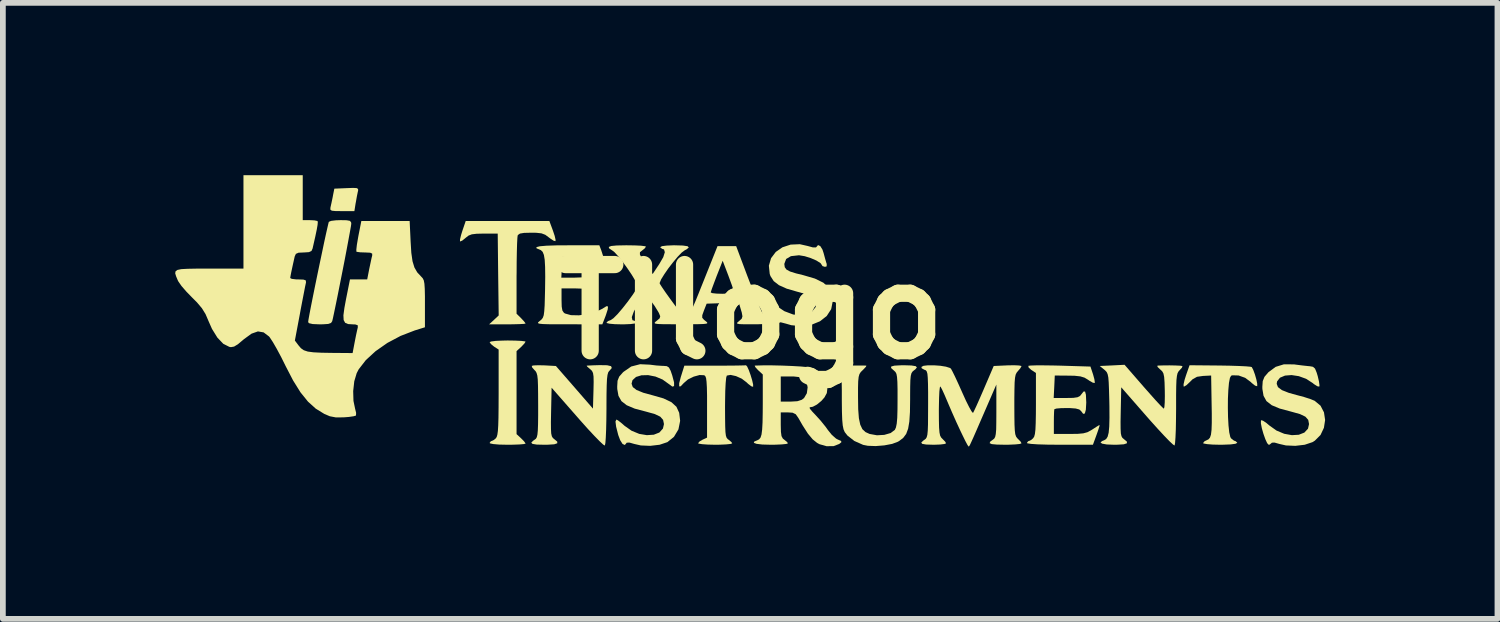
<source format=kicad_pcb>
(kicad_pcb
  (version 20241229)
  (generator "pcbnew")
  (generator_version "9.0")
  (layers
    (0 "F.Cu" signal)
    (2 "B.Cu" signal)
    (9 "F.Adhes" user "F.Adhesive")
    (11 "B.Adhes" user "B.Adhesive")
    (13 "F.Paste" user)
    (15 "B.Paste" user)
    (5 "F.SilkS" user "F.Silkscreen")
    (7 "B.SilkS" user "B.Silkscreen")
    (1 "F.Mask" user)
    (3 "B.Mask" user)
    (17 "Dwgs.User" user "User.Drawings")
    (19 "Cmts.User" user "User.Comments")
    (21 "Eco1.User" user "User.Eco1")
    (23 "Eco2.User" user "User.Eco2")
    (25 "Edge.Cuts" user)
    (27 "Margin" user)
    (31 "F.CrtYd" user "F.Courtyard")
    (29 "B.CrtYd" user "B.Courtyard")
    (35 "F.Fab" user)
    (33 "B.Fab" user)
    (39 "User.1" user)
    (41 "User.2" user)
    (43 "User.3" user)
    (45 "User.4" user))
  (footprint "TIlogo"
    (layer "F.Cu")
    (at 10.009 2.377)
    (property "Reference" "TIlogo" (at 0 0 0) (layer "F.SilkS") (effects (font (size 1.5 1.5) (thickness 0.3))))
    (attr board_only exclude_from_pos_files exclude_from_bom)
    (fp_poly (pts (xy -6.851 -2.153) (xy -6.826 -2.138) (xy -6.825 -2.108) (xy -6.83 -2.09) (xy -6.846 -2.012) (xy -6.864 -1.91) (xy -6.869 -1.885) (xy -6.89 -1.752) (xy -7.105 -1.752) (xy -7.218 -1.753) (xy -7.281 -1.759) (xy -7.307 -1.775) (xy -7.308 -1.806) (xy -7.305 -1.822) (xy -7.288 -1.899) (xy -7.267 -1.999) (xy -7.264 -2.018) (xy -7.239 -2.143) (xy -7.025 -2.152) (xy -6.913 -2.156)) (stroke (width 0) (type solid)) (fill yes) (layer "F.SilkS"))
    (fp_poly (pts (xy -7.026 -1.593) (xy -6.97 -1.583) (xy -6.948 -1.56) (xy -6.944 -1.533) (xy -6.95 -1.489) (xy -6.967 -1.394) (xy -6.992 -1.258) (xy -7.023 -1.091) (xy -7.059 -0.902) (xy -7.098 -0.703) (xy -7.138 -0.502) (xy -7.176 -0.31) (xy -7.211 -0.138) (xy -7.241 0.006) (xy -7.263 0.11) (xy -7.276 0.164) (xy -7.297 0.195) (xy -7.345 0.212) (xy -7.434 0.218) (xy -7.494 0.219) (xy -7.616 0.214) (xy -7.68 0.199) (xy -7.695 0.18) (xy -7.689 0.136) (xy -7.672 0.042) (xy -7.646 -0.093) (xy -7.613 -0.259) (xy -7.575 -0.447) (xy -7.534 -0.646) (xy -7.492 -0.848) (xy -7.451 -1.042) (xy -7.414 -1.219) (xy -7.381 -1.37) (xy -7.355 -1.484) (xy -7.339 -1.552) (xy -7.334 -1.566) (xy -7.295 -1.582) (xy -7.214 -1.592) (xy -7.13 -1.595)) (stroke (width 0) (type solid)) (fill yes) (layer "F.SilkS"))
    (fp_poly (pts (xy -4.092 0.502) (xy -3.987 0.507) (xy -3.924 0.515) (xy -3.91 0.52) (xy -3.931 0.553) (xy -3.981 0.606) (xy -3.988 0.613) (xy -4.067 0.685) (xy -4.067 1.408) (xy -4.067 2.13) (xy -3.988 2.203) (xy -3.935 2.257) (xy -3.91 2.293) (xy -3.91 2.295) (xy -3.939 2.303) (xy -4.018 2.31) (xy -4.132 2.314) (xy -4.223 2.315) (xy -4.368 2.312) (xy -4.473 2.303) (xy -4.529 2.291) (xy -4.536 2.283) (xy -4.514 2.253) (xy -4.507 2.252) (xy -4.463 2.232) (xy -4.428 2.203) (xy -4.413 2.18) (xy -4.401 2.139) (xy -4.392 2.075) (xy -4.386 1.979) (xy -4.382 1.844) (xy -4.38 1.662) (xy -4.379 1.425) (xy -4.379 1.406) (xy -4.379 0.658) (xy -4.458 0.607) (xy -4.513 0.562) (xy -4.536 0.528) (xy -4.507 0.517) (xy -4.428 0.507) (xy -4.314 0.502) (xy -4.223 0.5)) (stroke (width 0) (type solid)) (fill yes) (layer "F.SilkS"))
    (fp_poly (pts (xy -3.434 -1.413) (xy -3.403 -1.32) (xy -3.388 -1.252) (xy -3.39 -1.229) (xy -3.422 -1.237) (xy -3.481 -1.276) (xy -3.505 -1.294) (xy -3.567 -1.34) (xy -3.633 -1.365) (xy -3.724 -1.375) (xy -3.815 -1.376) (xy -3.936 -1.373) (xy -4.008 -1.361) (xy -4.042 -1.337) (xy -4.048 -1.327) (xy -4.053 -1.282) (xy -4.058 -1.184) (xy -4.062 -1.044) (xy -4.065 -0.872) (xy -4.066 -0.678) (xy -4.067 -0.622) (xy -4.067 0.034) (xy -3.988 0.112) (xy -3.936 0.168) (xy -3.911 0.202) (xy -3.91 0.205) (xy -3.939 0.211) (xy -4.018 0.215) (xy -4.132 0.218) (xy -4.227 0.219) (xy -4.545 0.219) (xy -4.461 0.142) (xy -4.378 0.064) (xy -4.387 -0.648) (xy -4.395 -1.361) (xy -4.635 -1.361) (xy -4.762 -1.358) (xy -4.846 -1.348) (xy -4.903 -1.326) (xy -4.952 -1.288) (xy -4.955 -1.285) (xy -5.012 -1.239) (xy -5.049 -1.224) (xy -5.052 -1.225) (xy -5.051 -1.261) (xy -5.033 -1.336) (xy -5.01 -1.41) (xy -4.952 -1.58) (xy -4.224 -1.58) (xy -3.496 -1.58)) (stroke (width 0) (type solid)) (fill yes) (layer "F.SilkS"))
    (fp_poly (pts (xy 8.18 0.936) (xy 8.356 0.939) (xy 8.51 0.944) (xy 8.631 0.95) (xy 8.708 0.957) (xy 8.731 0.963) (xy 8.757 1.012) (xy 8.786 1.091) (xy 8.811 1.178) (xy 8.826 1.253) (xy 8.826 1.294) (xy 8.824 1.296) (xy 8.789 1.286) (xy 8.732 1.241) (xy 8.713 1.222) (xy 8.616 1.15) (xy 8.502 1.109) (xy 8.396 1.106) (xy 8.372 1.113) (xy 8.351 1.151) (xy 8.334 1.239) (xy 8.323 1.364) (xy 8.316 1.513) (xy 8.315 1.674) (xy 8.318 1.833) (xy 8.326 1.979) (xy 8.339 2.099) (xy 8.357 2.179) (xy 8.37 2.203) (xy 8.421 2.243) (xy 8.448 2.252) (xy 8.476 2.276) (xy 8.477 2.283) (xy 8.447 2.298) (xy 8.365 2.309) (xy 8.239 2.314) (xy 8.18 2.315) (xy 8.052 2.312) (xy 7.952 2.304) (xy 7.893 2.293) (xy 7.883 2.286) (xy 7.909 2.254) (xy 7.945 2.237) (xy 7.979 2.22) (xy 8.004 2.19) (xy 8.021 2.139) (xy 8.031 2.056) (xy 8.035 1.935) (xy 8.035 1.767) (xy 8.032 1.595) (xy 8.024 1.11) (xy 7.883 1.117) (xy 7.778 1.132) (xy 7.701 1.175) (xy 7.654 1.222) (xy 7.596 1.277) (xy 7.554 1.302) (xy 7.545 1.3) (xy 7.544 1.262) (xy 7.562 1.184) (xy 7.587 1.105) (xy 7.648 0.931)) (stroke (width 0) (type solid)) (fill yes) (layer "F.SilkS"))
    (fp_poly (pts (xy -0.053 0.953) (xy -0.024 1.016) (xy 0.007 1.102) (xy 0.034 1.192) (xy 0.051 1.266) (xy 0.051 1.305) (xy 0.05 1.306) (xy 0.019 1.297) (xy -0.037 1.254) (xy -0.063 1.229) (xy -0.147 1.165) (xy -0.247 1.12) (xy -0.342 1.099) (xy -0.407 1.111) (xy -0.418 1.148) (xy -0.427 1.24) (xy -0.434 1.378) (xy -0.437 1.555) (xy -0.438 1.659) (xy -0.437 1.854) (xy -0.435 1.995) (xy -0.431 2.093) (xy -0.423 2.156) (xy -0.41 2.194) (xy -0.391 2.217) (xy -0.375 2.228) (xy -0.327 2.268) (xy -0.313 2.291) (xy -0.342 2.301) (xy -0.42 2.309) (xy -0.533 2.314) (xy -0.61 2.315) (xy -0.738 2.312) (xy -0.838 2.305) (xy -0.897 2.295) (xy -0.907 2.289) (xy -0.882 2.258) (xy -0.829 2.227) (xy -0.751 2.191) (xy -0.751 1.658) (xy -0.751 1.46) (xy -0.754 1.316) (xy -0.76 1.217) (xy -0.768 1.155) (xy -0.782 1.12) (xy -0.8 1.105) (xy -0.8 1.105) (xy -0.88 1.101) (xy -0.983 1.129) (xy -1.083 1.178) (xy -1.156 1.241) (xy -1.21 1.298) (xy -1.236 1.299) (xy -1.236 1.244) (xy -1.208 1.135) (xy -1.201 1.113) (xy -1.146 0.938) (xy -0.62 0.938) (xy -0.444 0.938) (xy -0.291 0.937) (xy -0.171 0.935) (xy -0.095 0.933) (xy -0.073 0.931)) (stroke (width 0) (type solid)) (fill yes) (layer "F.SilkS"))
    (fp_poly (pts (xy -1.745 0.921) (xy -1.633 0.935) (xy -1.527 0.942) (xy -1.51 0.942) (xy -1.451 0.947) (xy -1.414 0.971) (xy -1.384 1.029) (xy -1.356 1.112) (xy -1.325 1.23) (xy -1.325 1.294) (xy -1.355 1.303) (xy -1.416 1.258) (xy -1.416 1.258) (xy -1.525 1.18) (xy -1.649 1.128) (xy -1.776 1.103) (xy -1.893 1.106) (xy -1.988 1.135) (xy -2.049 1.191) (xy -2.065 1.252) (xy -2.044 1.311) (xy -1.978 1.362) (xy -1.86 1.41) (xy -1.702 1.453) (xy -1.51 1.508) (xy -1.373 1.573) (xy -1.284 1.654) (xy -1.236 1.759) (xy -1.22 1.893) (xy -1.22 1.902) (xy -1.249 2.047) (xy -1.327 2.177) (xy -1.441 2.269) (xy -1.443 2.27) (xy -1.577 2.315) (xy -1.741 2.334) (xy -1.904 2.327) (xy -2.018 2.301) (xy -2.102 2.277) (xy -2.149 2.279) (xy -2.153 2.284) (xy -2.182 2.319) (xy -2.222 2.301) (xy -2.263 2.236) (xy -2.297 2.146) (xy -2.334 2) (xy -2.345 1.91) (xy -2.329 1.877) (xy -2.326 1.877) (xy -2.294 1.896) (xy -2.232 1.945) (xy -2.187 1.985) (xy -2.065 2.071) (xy -1.931 2.126) (xy -1.799 2.148) (xy -1.678 2.14) (xy -1.581 2.102) (xy -1.519 2.033) (xy -1.501 1.955) (xy -1.516 1.882) (xy -1.566 1.826) (xy -1.66 1.781) (xy -1.807 1.74) (xy -1.818 1.737) (xy -2.011 1.686) (xy -2.15 1.627) (xy -2.241 1.556) (xy -2.293 1.464) (xy -2.314 1.346) (xy -2.315 1.303) (xy -2.309 1.201) (xy -2.281 1.13) (xy -2.22 1.06) (xy -2.204 1.045) (xy -2.071 0.953) (xy -1.916 0.913)) (stroke (width 0) (type solid)) (fill yes) (layer "F.SilkS"))
    (fp_poly (pts (xy -2.593 -1.071) (xy -2.561 -0.972) (xy -2.542 -0.896) (xy -2.525 -0.806) (xy -2.65 -0.889) (xy -2.721 -0.932) (xy -2.787 -0.956) (xy -2.868 -0.965) (xy -2.986 -0.965) (xy -3.022 -0.963) (xy -3.269 -0.954) (xy -3.278 -0.774) (xy -3.288 -0.594) (xy -3.055 -0.594) (xy -2.917 -0.599) (xy -2.83 -0.614) (xy -2.784 -0.641) (xy -2.784 -0.641) (xy -2.739 -0.682) (xy -2.709 -0.672) (xy -2.694 -0.606) (xy -2.69 -0.5) (xy -2.695 -0.384) (xy -2.712 -0.325) (xy -2.743 -0.321) (xy -2.784 -0.36) (xy -2.83 -0.387) (xy -2.916 -0.402) (xy -3.054 -0.407) (xy -3.284 -0.407) (xy -3.284 -0.204) (xy -3.281 -0.089) (xy -3.269 -0.021) (xy -3.243 0.017) (xy -3.224 0.03) (xy -3.12 0.059) (xy -2.982 0.062) (xy -2.83 0.042) (xy -2.686 0.002) (xy -2.57 -0.054) (xy -2.56 -0.061) (xy -2.502 -0.097) (xy -2.475 -0.092) (xy -2.48 -0.041) (xy -2.513 0.061) (xy -2.522 0.085) (xy -2.574 0.219) (xy -3.156 0.218) (xy -3.359 0.218) (xy -3.508 0.217) (xy -3.608 0.214) (xy -3.667 0.208) (xy -3.693 0.199) (xy -3.693 0.186) (xy -3.673 0.168) (xy -3.66 0.158) (xy -3.63 0.132) (xy -3.609 0.103) (xy -3.594 0.06) (xy -3.585 -0.009) (xy -3.578 -0.113) (xy -3.574 -0.263) (xy -3.571 -0.38) (xy -3.568 -0.607) (xy -3.57 -0.779) (xy -3.577 -0.904) (xy -3.591 -0.989) (xy -3.613 -1.043) (xy -3.643 -1.072) (xy -3.661 -1.08) (xy -3.72 -1.105) (xy -3.721 -1.125) (xy -3.663 -1.14) (xy -3.546 -1.15) (xy -3.368 -1.156) (xy -3.174 -1.157) (xy -2.626 -1.157)) (stroke (width 0) (type solid)) (fill yes) (layer "F.SilkS"))
    (fp_poly (pts (xy -2.491 0.931) (xy -2.422 0.947) (xy -2.409 0.979) (xy -2.451 1.028) (xy -2.456 1.032) (xy -2.472 1.056) (xy -2.484 1.1) (xy -2.493 1.173) (xy -2.498 1.283) (xy -2.501 1.438) (xy -2.502 1.646) (xy -2.502 1.691) (xy -2.504 1.885) (xy -2.508 2.055) (xy -2.514 2.192) (xy -2.521 2.286) (xy -2.53 2.328) (xy -2.531 2.329) (xy -2.559 2.312) (xy -2.622 2.253) (xy -2.712 2.161) (xy -2.825 2.04) (xy -2.952 1.898) (xy -3.008 1.834) (xy -3.457 1.322) (xy -3.466 1.748) (xy -3.469 1.92) (xy -3.468 2.04) (xy -3.464 2.118) (xy -3.453 2.167) (xy -3.435 2.197) (xy -3.411 2.217) (xy -3.359 2.26) (xy -3.358 2.289) (xy -3.411 2.307) (xy -3.52 2.314) (xy -3.582 2.315) (xy -3.715 2.312) (xy -3.79 2.3) (xy -3.811 2.279) (xy -3.781 2.247) (xy -3.754 2.228) (xy -3.731 2.211) (xy -3.715 2.184) (xy -3.704 2.139) (xy -3.697 2.067) (xy -3.693 1.958) (xy -3.691 1.803) (xy -3.691 1.631) (xy -3.692 1.43) (xy -3.694 1.283) (xy -3.698 1.178) (xy -3.706 1.109) (xy -3.719 1.064) (xy -3.736 1.034) (xy -3.753 1.017) (xy -3.795 0.97) (xy -3.803 0.942) (xy -3.768 0.934) (xy -3.688 0.931) (xy -3.586 0.933) (xy -3.382 0.944) (xy -3.059 1.315) (xy -2.737 1.686) (xy -2.728 1.368) (xy -2.725 1.223) (xy -2.727 1.127) (xy -2.736 1.067) (xy -2.754 1.029) (xy -2.784 1) (xy -2.791 0.995) (xy -2.837 0.955) (xy -2.847 0.938) (xy -2.847 0.938) (xy -2.81 0.936) (xy -2.728 0.932) (xy -2.62 0.929)) (stroke (width 0) (type solid)) (fill yes) (layer "F.SilkS"))
    (fp_poly (pts (xy 9.467 0.916) (xy 9.503 0.921) (xy 9.614 0.935) (xy 9.715 0.946) (xy 9.741 0.948) (xy 9.796 0.958) (xy 9.832 0.989) (xy 9.86 1.057) (xy 9.879 1.119) (xy 9.901 1.214) (xy 9.91 1.282) (xy 9.906 1.303) (xy 9.873 1.297) (xy 9.813 1.259) (xy 9.793 1.242) (xy 9.677 1.167) (xy 9.55 1.121) (xy 9.424 1.102) (xy 9.31 1.111) (xy 9.222 1.148) (xy 9.172 1.212) (xy 9.165 1.254) (xy 9.187 1.312) (xy 9.256 1.364) (xy 9.377 1.412) (xy 9.522 1.452) (xy 9.645 1.485) (xy 9.756 1.521) (xy 9.826 1.55) (xy 9.928 1.635) (xy 9.988 1.751) (xy 10.008 1.884) (xy 9.987 2.02) (xy 9.928 2.145) (xy 9.829 2.244) (xy 9.787 2.27) (xy 9.653 2.315) (xy 9.489 2.334) (xy 9.326 2.327) (xy 9.212 2.301) (xy 9.128 2.277) (xy 9.081 2.279) (xy 9.077 2.284) (xy 9.041 2.313) (xy 9.025 2.315) (xy 8.999 2.287) (xy 8.967 2.217) (xy 8.934 2.124) (xy 8.906 2.026) (xy 8.89 1.942) (xy 8.891 1.892) (xy 8.894 1.888) (xy 8.926 1.896) (xy 8.987 1.937) (xy 9.038 1.98) (xy 9.162 2.068) (xy 9.296 2.124) (xy 9.429 2.148) (xy 9.55 2.141) (xy 9.647 2.103) (xy 9.71 2.035) (xy 9.728 1.955) (xy 9.714 1.882) (xy 9.664 1.826) (xy 9.57 1.781) (xy 9.423 1.74) (xy 9.412 1.737) (xy 9.218 1.685) (xy 9.079 1.627) (xy 8.987 1.555) (xy 8.936 1.463) (xy 8.916 1.345) (xy 8.915 1.308) (xy 8.922 1.207) (xy 8.952 1.133) (xy 9.018 1.056) (xy 9.024 1.05) (xy 9.147 0.959) (xy 9.29 0.915)) (stroke (width 0) (type solid)) (fill yes) (layer "F.SilkS"))
    (fp_poly (pts (xy 1.001 -1.145) (xy 1.092 -1.12) (xy 1.144 -1.12) (xy 1.152 -1.127) (xy 1.181 -1.161) (xy 1.22 -1.143) (xy 1.258 -1.082) (xy 1.278 -1.021) (xy 1.304 -0.925) (xy 1.326 -0.849) (xy 1.332 -0.833) (xy 1.331 -0.79) (xy 1.301 -0.782) (xy 1.258 -0.795) (xy 1.251 -0.808) (xy 1.224 -0.847) (xy 1.152 -0.892) (xy 1.055 -0.934) (xy 0.95 -0.967) (xy 0.854 -0.983) (xy 0.843 -0.983) (xy 0.709 -0.968) (xy 0.626 -0.919) (xy 0.595 -0.837) (xy 0.594 -0.829) (xy 0.602 -0.775) (xy 0.631 -0.735) (xy 0.693 -0.701) (xy 0.798 -0.668) (xy 0.921 -0.638) (xy 1.126 -0.578) (xy 1.275 -0.505) (xy 1.373 -0.414) (xy 1.426 -0.3) (xy 1.438 -0.188) (xy 1.41 -0.046) (xy 1.332 0.074) (xy 1.214 0.166) (xy 1.065 0.227) (xy 0.896 0.251) (xy 0.716 0.234) (xy 0.619 0.206) (xy 0.53 0.183) (xy 0.493 0.196) (xy 0.492 0.197) (xy 0.459 0.217) (xy 0.433 0.212) (xy 0.404 0.176) (xy 0.37 0.1) (xy 0.337 0.005) (xy 0.312 -0.091) (xy 0.3 -0.167) (xy 0.305 -0.201) (xy 0.335 -0.191) (xy 0.397 -0.15) (xy 0.448 -0.108) (xy 0.595 -0.01) (xy 0.749 0.048) (xy 0.898 0.061) (xy 1.027 0.028) (xy 1.075 -0.002) (xy 1.138 -0.08) (xy 1.155 -0.165) (xy 1.123 -0.238) (xy 1.112 -0.249) (xy 1.061 -0.274) (xy 0.968 -0.307) (xy 0.85 -0.341) (xy 0.826 -0.347) (xy 0.636 -0.402) (xy 0.5 -0.463) (xy 0.409 -0.534) (xy 0.353 -0.621) (xy 0.34 -0.658) (xy 0.325 -0.802) (xy 0.363 -0.932) (xy 0.445 -1.041) (xy 0.561 -1.122) (xy 0.704 -1.169) (xy 0.864 -1.176)) (stroke (width 0) (type solid)) (fill yes) (layer "F.SilkS"))
    (fp_poly (pts (xy 5.268 0.935) (xy 5.398 0.938) (xy 5.923 0.954) (xy 5.968 1.089) (xy 5.991 1.173) (xy 5.999 1.229) (xy 5.996 1.24) (xy 5.963 1.234) (xy 5.902 1.199) (xy 5.883 1.185) (xy 5.82 1.147) (xy 5.748 1.125) (xy 5.647 1.114) (xy 5.544 1.112) (xy 5.302 1.11) (xy 5.293 1.306) (xy 5.283 1.501) (xy 5.504 1.501) (xy 5.624 1.499) (xy 5.698 1.488) (xy 5.741 1.466) (xy 5.763 1.439) (xy 5.803 1.388) (xy 5.829 1.388) (xy 5.844 1.444) (xy 5.849 1.558) (xy 5.85 1.58) (xy 5.843 1.705) (xy 5.825 1.771) (xy 5.796 1.777) (xy 5.761 1.73) (xy 5.729 1.701) (xy 5.666 1.684) (xy 5.559 1.676) (xy 5.517 1.676) (xy 5.409 1.678) (xy 5.329 1.685) (xy 5.294 1.697) (xy 5.294 1.697) (xy 5.29 1.738) (xy 5.287 1.823) (xy 5.286 1.924) (xy 5.286 2.127) (xy 5.564 2.127) (xy 5.704 2.125) (xy 5.8 2.116) (xy 5.87 2.097) (xy 5.932 2.064) (xy 5.956 2.049) (xy 6.028 2.002) (xy 6.074 1.974) (xy 6.082 1.971) (xy 6.078 1.997) (xy 6.056 2.066) (xy 6.029 2.143) (xy 5.966 2.315) (xy 5.392 2.315) (xy 5.174 2.313) (xy 5.004 2.308) (xy 4.887 2.3) (xy 4.825 2.29) (xy 4.817 2.283) (xy 4.839 2.253) (xy 4.846 2.252) (xy 4.89 2.232) (xy 4.924 2.203) (xy 4.943 2.175) (xy 4.956 2.128) (xy 4.965 2.053) (xy 4.97 1.94) (xy 4.973 1.782) (xy 4.974 1.609) (xy 4.974 1.065) (xy 4.894 1.013) (xy 4.847 0.971) (xy 4.842 0.943) (xy 4.843 0.941) (xy 4.883 0.936) (xy 4.975 0.933) (xy 5.107 0.933)) (stroke (width 0) (type solid)) (fill yes) (layer "F.SilkS"))
    (fp_poly (pts (xy 6.848 1.304) (xy 6.961 1.432) (xy 7.06 1.543) (xy 7.138 1.627) (xy 7.188 1.677) (xy 7.201 1.687) (xy 7.21 1.659) (xy 7.216 1.581) (xy 7.218 1.467) (xy 7.217 1.375) (xy 7.213 1.23) (xy 7.206 1.134) (xy 7.193 1.074) (xy 7.171 1.035) (xy 7.136 1.003) (xy 7.132 1) (xy 7.09 0.959) (xy 7.089 0.938) (xy 7.093 0.937) (xy 7.189 0.934) (xy 7.299 0.933) (xy 7.404 0.935) (xy 7.485 0.939) (xy 7.524 0.945) (xy 7.525 0.945) (xy 7.515 0.974) (xy 7.476 1.016) (xy 7.455 1.04) (xy 7.439 1.07) (xy 7.428 1.118) (xy 7.42 1.19) (xy 7.416 1.297) (xy 7.414 1.448) (xy 7.414 1.65) (xy 7.414 1.692) (xy 7.412 1.883) (xy 7.409 2.051) (xy 7.403 2.188) (xy 7.396 2.283) (xy 7.388 2.326) (xy 7.386 2.328) (xy 7.359 2.31) (xy 7.297 2.252) (xy 7.207 2.159) (xy 7.095 2.038) (xy 6.967 1.896) (xy 6.909 1.83) (xy 6.459 1.315) (xy 6.45 1.745) (xy 6.447 1.917) (xy 6.448 2.038) (xy 6.452 2.117) (xy 6.463 2.166) (xy 6.48 2.196) (xy 6.505 2.217) (xy 6.557 2.26) (xy 6.558 2.289) (xy 6.505 2.307) (xy 6.396 2.314) (xy 6.334 2.315) (xy 6.207 2.31) (xy 6.127 2.296) (xy 6.098 2.276) (xy 6.125 2.251) (xy 6.161 2.237) (xy 6.196 2.216) (xy 6.222 2.175) (xy 6.24 2.105) (xy 6.25 1.998) (xy 6.254 1.848) (xy 6.253 1.647) (xy 6.251 1.542) (xy 6.246 1.361) (xy 6.241 1.232) (xy 6.234 1.143) (xy 6.222 1.086) (xy 6.205 1.049) (xy 6.18 1.022) (xy 6.163 1.007) (xy 6.085 0.944) (xy 6.301 0.934) (xy 6.517 0.923)) (stroke (width 0) (type solid)) (fill yes) (layer "F.SilkS"))
    (fp_poly (pts (xy 0.383 0.933) (xy 0.557 0.937) (xy 0.729 0.944) (xy 0.884 0.953) (xy 1.01 0.965) (xy 1.092 0.978) (xy 1.11 0.983) (xy 1.236 1.066) (xy 1.317 1.184) (xy 1.345 1.321) (xy 1.334 1.415) (xy 1.292 1.492) (xy 1.239 1.552) (xy 1.162 1.615) (xy 1.091 1.653) (xy 1.066 1.658) (xy 1.035 1.663) (xy 1.038 1.686) (xy 1.079 1.736) (xy 1.133 1.793) (xy 1.225 1.894) (xy 1.314 2.004) (xy 1.353 2.059) (xy 1.422 2.144) (xy 1.495 2.208) (xy 1.525 2.224) (xy 1.583 2.249) (xy 1.587 2.271) (xy 1.55 2.301) (xy 1.452 2.339) (xy 1.329 2.34) (xy 1.205 2.305) (xy 1.165 2.283) (xy 1.088 2.221) (xy 1.005 2.122) (xy 0.912 1.977) (xy 0.838 1.848) (xy 0.793 1.784) (xy 0.737 1.757) (xy 0.658 1.752) (xy 0.532 1.752) (xy 0.532 1.97) (xy 0.535 2.09) (xy 0.545 2.164) (xy 0.568 2.207) (xy 0.594 2.228) (xy 0.643 2.268) (xy 0.657 2.291) (xy 0.628 2.301) (xy 0.55 2.309) (xy 0.437 2.314) (xy 0.36 2.315) (xy 0.211 2.311) (xy 0.111 2.299) (xy 0.063 2.282) (xy 0.071 2.259) (xy 0.122 2.238) (xy 0.155 2.221) (xy 0.18 2.19) (xy 0.197 2.137) (xy 0.208 2.052) (xy 0.215 1.927) (xy 0.218 1.755) (xy 0.219 1.586) (xy 0.219 1.345) (xy 0.532 1.345) (xy 0.532 1.564) (xy 0.704 1.564) (xy 0.822 1.557) (xy 0.899 1.532) (xy 0.938 1.501) (xy 0.986 1.419) (xy 1 1.315) (xy 0.98 1.218) (xy 0.952 1.175) (xy 0.884 1.141) (xy 0.764 1.127) (xy 0.717 1.126) (xy 0.532 1.126) (xy 0.532 1.345) (xy 0.219 1.345) (xy 0.219 1.092) (xy 0.136 1.015) (xy 0.09 0.965) (xy 0.078 0.938) (xy 0.081 0.937) (xy 0.22 0.933)) (stroke (width 0) (type solid)) (fill yes) (layer "F.SilkS"))
    (fp_poly (pts (xy 2.807 0.935) (xy 2.881 0.947) (xy 2.902 0.969) (xy 2.873 1.004) (xy 2.852 1.019) (xy 2.826 1.041) (xy 2.807 1.07) (xy 2.795 1.117) (xy 2.788 1.192) (xy 2.785 1.306) (xy 2.784 1.468) (xy 2.784 1.527) (xy 2.781 1.746) (xy 2.77 1.913) (xy 2.749 2.036) (xy 2.715 2.127) (xy 2.664 2.195) (xy 2.594 2.249) (xy 2.57 2.263) (xy 2.471 2.3) (xy 2.334 2.326) (xy 2.184 2.338) (xy 2.048 2.333) (xy 1.966 2.317) (xy 1.813 2.249) (xy 1.694 2.156) (xy 1.646 2.095) (xy 1.625 2.047) (xy 1.611 1.979) (xy 1.602 1.881) (xy 1.597 1.741) (xy 1.595 1.55) (xy 1.595 1.55) (xy 1.595 1.372) (xy 1.593 1.245) (xy 1.587 1.159) (xy 1.577 1.103) (xy 1.559 1.065) (xy 1.533 1.034) (xy 1.513 1.015) (xy 1.464 0.965) (xy 1.448 0.938) (xy 1.45 0.937) (xy 1.489 0.936) (xy 1.574 0.936) (xy 1.69 0.936) (xy 1.736 0.936) (xy 1.859 0.936) (xy 1.958 0.936) (xy 2.015 0.937) (xy 2.022 0.937) (xy 2.016 0.956) (xy 1.973 1.002) (xy 1.96 1.015) (xy 1.925 1.049) (xy 1.902 1.085) (xy 1.888 1.134) (xy 1.88 1.209) (xy 1.877 1.322) (xy 1.877 1.485) (xy 1.877 1.485) (xy 1.88 1.696) (xy 1.892 1.853) (xy 1.916 1.966) (xy 1.953 2.044) (xy 2.008 2.095) (xy 2.079 2.127) (xy 2.206 2.15) (xy 2.334 2.143) (xy 2.445 2.111) (xy 2.518 2.056) (xy 2.518 2.056) (xy 2.537 2.014) (xy 2.551 1.946) (xy 2.56 1.844) (xy 2.564 1.697) (xy 2.565 1.528) (xy 2.565 1.348) (xy 2.562 1.221) (xy 2.556 1.136) (xy 2.546 1.082) (xy 2.529 1.049) (xy 2.505 1.026) (xy 2.497 1.019) (xy 2.452 0.979) (xy 2.455 0.953) (xy 2.51 0.938) (xy 2.621 0.932) (xy 2.675 0.931)) (stroke (width 0) (type solid)) (fill yes) (layer "F.SilkS"))
    (fp_poly (pts (xy 4.68 0.935) (xy 4.722 0.944) (xy 4.723 0.946) (xy 4.703 0.983) (xy 4.661 1.032) (xy 4.638 1.06) (xy 4.621 1.095) (xy 4.61 1.149) (xy 4.603 1.231) (xy 4.6 1.35) (xy 4.598 1.517) (xy 4.598 1.627) (xy 4.599 1.822) (xy 4.601 1.965) (xy 4.606 2.064) (xy 4.614 2.13) (xy 4.628 2.172) (xy 4.647 2.199) (xy 4.661 2.213) (xy 4.708 2.261) (xy 4.723 2.29) (xy 4.694 2.301) (xy 4.617 2.309) (xy 4.505 2.314) (xy 4.442 2.315) (xy 4.294 2.312) (xy 4.205 2.304) (xy 4.168 2.287) (xy 4.179 2.26) (xy 4.223 2.228) (xy 4.247 2.209) (xy 4.264 2.179) (xy 4.275 2.129) (xy 4.282 2.048) (xy 4.284 1.926) (xy 4.285 1.754) (xy 4.285 1.728) (xy 4.285 1.267) (xy 4.095 1.705) (xy 4.005 1.912) (xy 3.937 2.069) (xy 3.887 2.183) (xy 3.852 2.26) (xy 3.83 2.308) (xy 3.816 2.334) (xy 3.808 2.344) (xy 3.802 2.346) (xy 3.802 2.346) (xy 3.783 2.32) (xy 3.745 2.249) (xy 3.694 2.145) (xy 3.659 2.072) (xy 3.587 1.917) (xy 3.512 1.748) (xy 3.447 1.597) (xy 3.433 1.564) (xy 3.385 1.451) (xy 3.343 1.359) (xy 3.314 1.305) (xy 3.31 1.3) (xy 3.301 1.318) (xy 3.293 1.389) (xy 3.288 1.502) (xy 3.285 1.648) (xy 3.284 1.714) (xy 3.285 1.891) (xy 3.288 2.017) (xy 3.295 2.101) (xy 3.306 2.155) (xy 3.324 2.189) (xy 3.347 2.213) (xy 3.394 2.261) (xy 3.41 2.29) (xy 3.381 2.302) (xy 3.306 2.311) (xy 3.199 2.315) (xy 3.191 2.315) (xy 3.062 2.311) (xy 2.993 2.299) (xy 2.978 2.276) (xy 3.015 2.241) (xy 3.034 2.228) (xy 3.056 2.211) (xy 3.072 2.185) (xy 3.084 2.141) (xy 3.091 2.07) (xy 3.095 1.964) (xy 3.096 1.813) (xy 3.097 1.608) (xy 3.097 1.608) (xy 3.097 1.404) (xy 3.095 1.254) (xy 3.091 1.149) (xy 3.085 1.081) (xy 3.074 1.041) (xy 3.059 1.02) (xy 3.037 1.011) (xy 3.033 1.01) (xy 2.986 0.984) (xy 2.98 0.961) (xy 3.016 0.941) (xy 3.095 0.932) (xy 3.199 0.932) (xy 3.31 0.94) (xy 3.408 0.956) (xy 3.477 0.978) (xy 3.494 0.99) (xy 3.52 1.037) (xy 3.565 1.128) (xy 3.622 1.251) (xy 3.686 1.394) (xy 3.694 1.412) (xy 3.756 1.549) (xy 3.811 1.659) (xy 3.853 1.733) (xy 3.877 1.761) (xy 3.879 1.761) (xy 3.898 1.724) (xy 3.937 1.641) (xy 3.989 1.524) (xy 4.051 1.382) (xy 4.069 1.34) (xy 4.239 0.944) (xy 4.481 0.933) (xy 4.595 0.931)) (stroke (width 0) (type solid)) (fill yes) (layer "F.SilkS"))
    (fp_poly (pts (xy -7.789 -1.986) (xy -7.789 -1.595) (xy -7.669 -1.595) (xy -7.587 -1.591) (xy -7.536 -1.581) (xy -7.531 -1.578) (xy -7.527 -1.558) (xy -7.531 -1.512) (xy -7.545 -1.431) (xy -7.571 -1.307) (xy -7.611 -1.131) (xy -7.617 -1.103) (xy -7.637 -1.058) (xy -7.681 -1.038) (xy -7.768 -1.032) (xy -7.773 -1.032) (xy -7.862 -1.028) (xy -7.908 -1.008) (xy -7.928 -0.965) (xy -7.929 -0.962) (xy -7.963 -0.81) (xy -7.989 -0.689) (xy -8.004 -0.61) (xy -8.007 -0.587) (xy -7.98 -0.573) (xy -7.909 -0.564) (xy -7.864 -0.563) (xy -7.777 -0.56) (xy -7.737 -0.547) (xy -7.732 -0.515) (xy -7.736 -0.493) (xy -7.748 -0.438) (xy -7.768 -0.334) (xy -7.795 -0.195) (xy -7.826 -0.033) (xy -7.839 0.039) (xy -7.926 0.501) (xy -7.862 0.586) (xy -7.82 0.635) (xy -7.77 0.67) (xy -7.701 0.693) (xy -7.602 0.706) (xy -7.461 0.713) (xy -7.285 0.716) (xy -6.921 0.719) (xy -6.884 0.524) (xy -6.862 0.412) (xy -6.842 0.32) (xy -6.831 0.274) (xy -6.831 0.236) (xy -6.872 0.221) (xy -6.923 0.219) (xy -7 0.214) (xy -7.051 0.192) (xy -7.077 0.144) (xy -7.081 0.061) (xy -7.064 -0.065) (xy -7.036 -0.217) (xy -6.967 -0.563) (xy -6.817 -0.563) (xy -6.667 -0.563) (xy -6.632 -0.743) (xy -6.609 -0.851) (xy -6.59 -0.94) (xy -6.58 -0.978) (xy -6.58 -1.012) (xy -6.614 -1.028) (xy -6.696 -1.032) (xy -6.702 -1.032) (xy -6.789 -1.035) (xy -6.846 -1.043) (xy -6.855 -1.047) (xy -6.856 -1.083) (xy -6.847 -1.164) (xy -6.828 -1.276) (xy -6.82 -1.321) (xy -6.769 -1.58) (xy -6.349 -1.58) (xy -5.928 -1.58) (xy -5.911 -1.22) (xy -5.899 -1.025) (xy -5.878 -0.879) (xy -5.845 -0.771) (xy -5.796 -0.686) (xy -5.728 -0.613) (xy -5.701 -0.584) (xy -5.682 -0.546) (xy -5.671 -0.489) (xy -5.665 -0.4) (xy -5.662 -0.269) (xy -5.662 -0.142) (xy -5.662 0.27) (xy -5.842 0.326) (xy -6.085 0.42) (xy -6.315 0.542) (xy -6.521 0.686) (xy -6.691 0.842) (xy -6.815 1.002) (xy -6.85 1.069) (xy -6.892 1.21) (xy -6.911 1.381) (xy -6.906 1.552) (xy -6.878 1.686) (xy -6.86 1.759) (xy -6.862 1.805) (xy -6.864 1.807) (xy -6.904 1.819) (xy -6.987 1.831) (xy -7.078 1.838) (xy -7.213 1.839) (xy -7.318 1.819) (xy -7.414 1.778) (xy -7.562 1.687) (xy -7.698 1.564) (xy -7.828 1.403) (xy -7.957 1.196) (xy -8.085 0.949) (xy -8.164 0.79) (xy -8.241 0.646) (xy -8.309 0.528) (xy -8.361 0.449) (xy -8.376 0.43) (xy -8.47 0.359) (xy -8.569 0.342) (xy -8.68 0.381) (xy -8.811 0.476) (xy -8.824 0.487) (xy -8.918 0.566) (xy -8.984 0.606) (xy -9.039 0.616) (xy -9.067 0.611) (xy -9.172 0.558) (xy -9.275 0.45) (xy -9.369 0.298) (xy -9.427 0.167) (xy -9.481 0.041) (xy -9.544 -0.061) (xy -9.63 -0.163) (xy -9.717 -0.25) (xy -9.815 -0.351) (xy -9.9 -0.449) (xy -9.956 -0.53) (xy -9.966 -0.551) (xy -9.994 -0.618) (xy -10.009 -0.669) (xy -10.003 -0.704) (xy -9.971 -0.728) (xy -9.904 -0.742) (xy -9.796 -0.748) (xy -9.639 -0.751) (xy -9.428 -0.751) (xy -9.416 -0.751) (xy -8.821 -0.751) (xy -8.821 -1.564) (xy -8.821 -2.377) (xy -8.305 -2.377) (xy -7.789 -2.377)) (stroke (width 0) (type solid)) (fill yes) (layer "F.SilkS"))
    (fp_poly (pts (xy -1.172 -1.153) (xy -1.09 -1.141) (xy -1.069 -1.119) (xy -1.105 -1.088) (xy -1.141 -1.069) (xy -1.193 -1.03) (xy -1.264 -0.956) (xy -1.344 -0.86) (xy -1.425 -0.755) (xy -1.496 -0.652) (xy -1.55 -0.565) (xy -1.575 -0.505) (xy -1.575 -0.49) (xy -1.535 -0.427) (xy -1.473 -0.336) (xy -1.397 -0.23) (xy -1.316 -0.12) (xy -1.239 -0.018) (xy -1.175 0.065) (xy -1.133 0.115) (xy -1.12 0.125) (xy -1.103 0.117) (xy -1.08 0.089) (xy -1.05 0.035) (xy -1.01 -0.053) (xy -0.955 -0.179) (xy -0.891 -0.336) (xy -0.687 -0.336) (xy -0.659 -0.324) (xy -0.585 -0.316) (xy -0.485 -0.313) (xy -0.381 -0.317) (xy -0.308 -0.327) (xy -0.282 -0.341) (xy -0.292 -0.382) (xy -0.32 -0.465) (xy -0.361 -0.577) (xy -0.38 -0.629) (xy -0.479 -0.888) (xy -0.583 -0.624) (xy -0.628 -0.505) (xy -0.664 -0.408) (xy -0.684 -0.348) (xy -0.687 -0.336) (xy -0.891 -0.336) (xy -0.885 -0.352) (xy -0.795 -0.576) (xy -0.794 -0.579) (xy -0.569 -1.142) (xy -0.406 -1.142) (xy -0.244 -1.142) (xy -0.156 -0.907) (xy -0.049 -0.622) (xy 0.04 -0.391) (xy 0.112 -0.209) (xy 0.17 -0.071) (xy 0.215 0.028) (xy 0.251 0.093) (xy 0.279 0.128) (xy 0.281 0.13) (xy 0.328 0.175) (xy 0.344 0.201) (xy 0.315 0.208) (xy 0.237 0.214) (xy 0.123 0.218) (xy 0.039 0.218) (xy -0.1 0.218) (xy -0.185 0.215) (xy -0.225 0.207) (xy -0.229 0.193) (xy -0.205 0.171) (xy -0.193 0.161) (xy -0.148 0.121) (xy -0.135 0.08) (xy -0.147 0.012) (xy -0.159 -0.027) (xy -0.198 -0.159) (xy -0.478 -0.15) (xy -0.758 -0.141) (xy -0.806 -0.019) (xy -0.834 0.059) (xy -0.835 0.104) (xy -0.803 0.141) (xy -0.779 0.16) (xy -0.753 0.181) (xy -0.745 0.197) (xy -0.762 0.207) (xy -0.813 0.213) (xy -0.904 0.216) (xy -1.044 0.217) (xy -1.204 0.218) (xy -1.391 0.217) (xy -1.523 0.216) (xy -1.607 0.213) (xy -1.652 0.206) (xy -1.665 0.195) (xy -1.653 0.178) (xy -1.627 0.157) (xy -1.577 0.115) (xy -1.566 0.079) (xy -1.589 0.022) (xy -1.605 -0.006) (xy -1.663 -0.1) (xy -1.735 -0.199) (xy -1.748 -0.215) (xy -1.835 -0.321) (xy -1.95 -0.138) (xy -2.027 -0.001) (xy -2.061 0.094) (xy -2.05 0.146) (xy -2.018 0.156) (xy -1.976 0.173) (xy -1.971 0.188) (xy -2 0.203) (xy -2.081 0.214) (xy -2.202 0.219) (xy -2.237 0.219) (xy -2.357 0.216) (xy -2.449 0.208) (xy -2.498 0.196) (xy -2.502 0.191) (xy -2.476 0.163) (xy -2.426 0.144) (xy -2.38 0.112) (xy -2.308 0.04) (xy -2.222 -0.061) (xy -2.13 -0.178) (xy -2.042 -0.3) (xy -1.967 -0.415) (xy -1.958 -0.431) (xy -1.966 -0.472) (xy -2.004 -0.548) (xy -2.065 -0.649) (xy -2.141 -0.761) (xy -2.221 -0.871) (xy -2.299 -0.968) (xy -2.364 -1.039) (xy -2.401 -1.067) (xy -2.455 -1.103) (xy -2.462 -1.128) (xy -2.419 -1.145) (xy -2.322 -1.154) (xy -2.167 -1.157) (xy -2.143 -1.157) (xy -2.008 -1.155) (xy -1.9 -1.15) (xy -1.832 -1.141) (xy -1.814 -1.134) (xy -1.838 -1.101) (xy -1.877 -1.07) (xy -1.919 -1.037) (xy -1.92 -0.998) (xy -1.895 -0.946) (xy -1.845 -0.862) (xy -1.782 -0.77) (xy -1.774 -0.759) (xy -1.698 -0.657) (xy -1.582 -0.832) (xy -1.513 -0.951) (xy -1.486 -1.037) (xy -1.5 -1.085) (xy -1.532 -1.095) (xy -1.563 -1.118) (xy -1.564 -1.126) (xy -1.535 -1.142) (xy -1.455 -1.152) (xy -1.336 -1.157) (xy -1.314 -1.157)) (stroke (width 0) (type solid)) (fill yes) (layer "F.SilkS")))
  (gr_rect
    (start -3 -3)
    (end 23.017 7.723)
    (stroke (width 0.1) (type default))
    (fill no)
    (layer "Edge.Cuts")))
</source>
